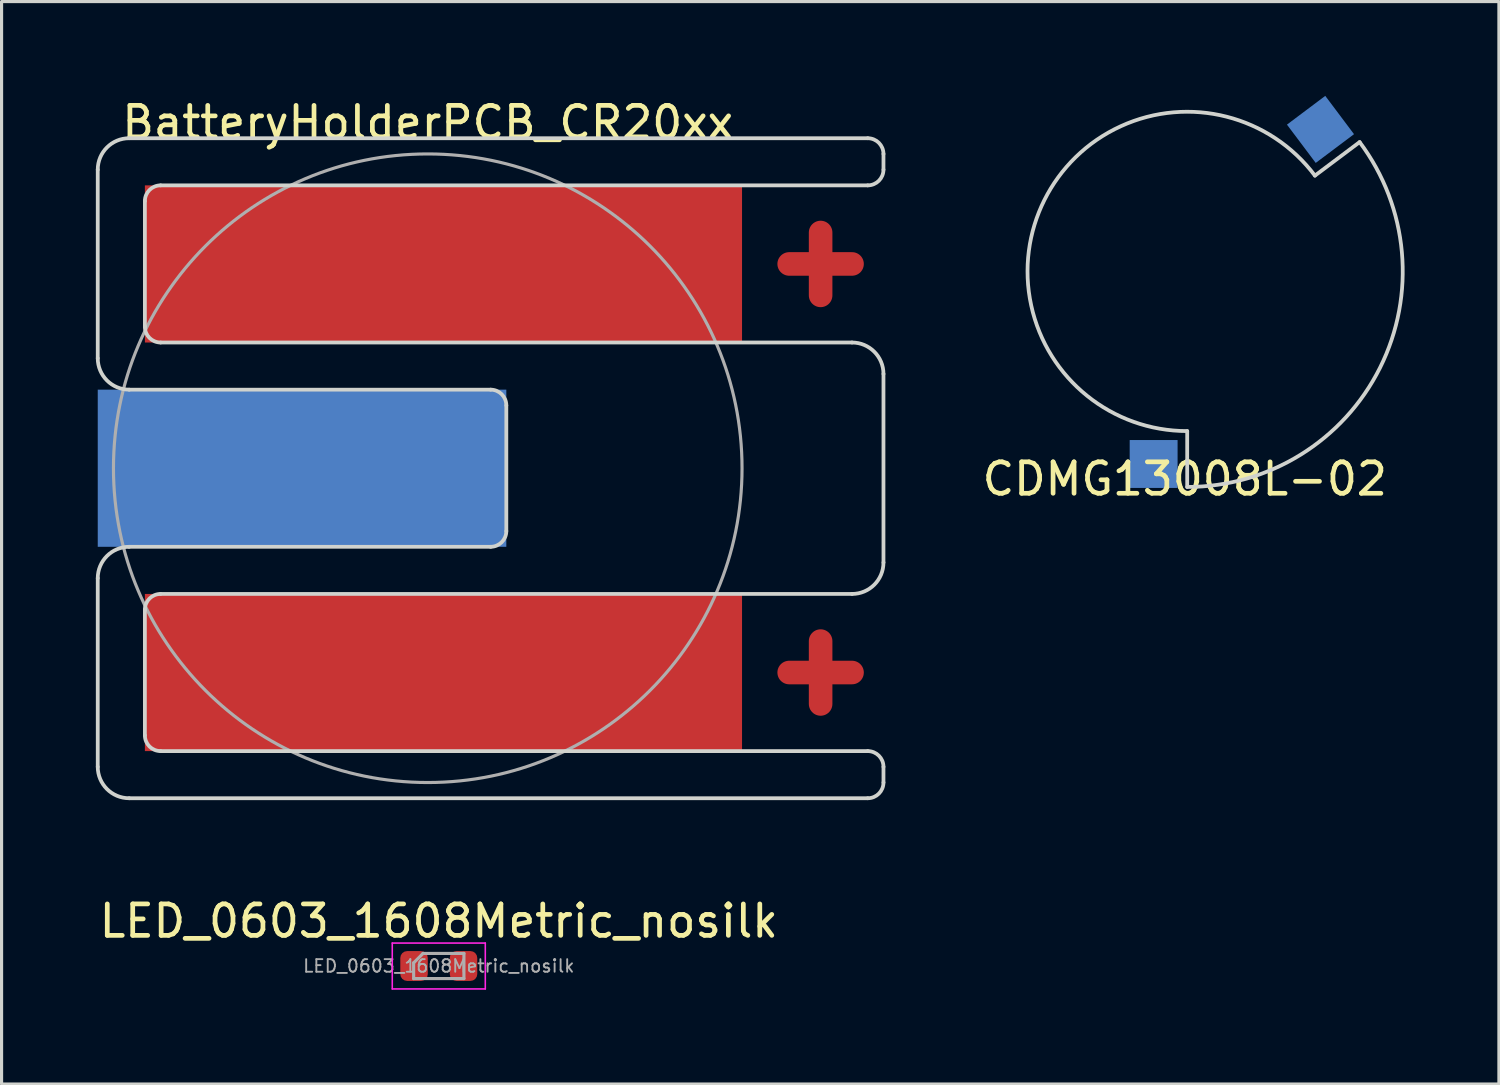
<source format=kicad_pcb>
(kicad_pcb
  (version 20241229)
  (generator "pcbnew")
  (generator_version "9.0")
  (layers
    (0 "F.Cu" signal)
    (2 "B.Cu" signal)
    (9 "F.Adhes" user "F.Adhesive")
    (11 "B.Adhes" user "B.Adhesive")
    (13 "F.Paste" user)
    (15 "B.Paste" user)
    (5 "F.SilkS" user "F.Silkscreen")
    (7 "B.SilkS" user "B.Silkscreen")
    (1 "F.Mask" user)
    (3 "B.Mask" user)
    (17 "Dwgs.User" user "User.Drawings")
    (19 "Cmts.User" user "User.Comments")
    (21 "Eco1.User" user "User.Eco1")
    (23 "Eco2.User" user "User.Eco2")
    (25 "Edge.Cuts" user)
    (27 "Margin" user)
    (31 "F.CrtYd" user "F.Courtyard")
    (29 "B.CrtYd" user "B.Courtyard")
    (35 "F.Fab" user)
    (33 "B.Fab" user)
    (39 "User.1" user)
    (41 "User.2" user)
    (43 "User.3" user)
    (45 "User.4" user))
  (footprint "BatteryHolderPCB_CR20xx"
    (layer "F.Cu")
    (at 10.56 11.848)
    (property "Reference" "BatteryHolderPCB_CR20xx" (at 0 -11 0) (layer "F.SilkS") (effects (font (size 1 1) (thickness 0.15))))
    (attr through_hole)
    (fp_line (start -0.5 -1) (end -0.5 1) (stroke (width 0.75) (type solid)) (layer "F.Cu"))
    (fp_line (start 11.5 -6.5) (end 13.5 -6.5) (stroke (width 0.75) (type solid)) (layer "F.Cu"))
    (fp_line (start 11.5 6.5) (end 13.5 6.5) (stroke (width 0.75) (type solid)) (layer "F.Cu"))
    (fp_line (start 12.5 -7.5) (end 12.5 -5.5) (stroke (width 0.75) (type solid)) (layer "F.Cu"))
    (fp_line (start 12.5 5.5) (end 12.5 7.5) (stroke (width 0.75) (type solid)) (layer "F.Cu"))
    (fp_line (start -10.5 -3.5) (end -10.5 -9.5) (stroke (width 0.12) (type solid)) (layer "Eco1.User"))
    (fp_line (start -10.5 9.5) (end -10.5 3.5) (stroke (width 0.12) (type solid)) (layer "Eco1.User"))
    (fp_line (start -9.5 2.5) (end 2 2.5) (stroke (width 0.12) (type solid)) (layer "Eco1.User"))
    (fp_line (start -9 -8.5) (end -9 -4.5) (stroke (width 0.12) (type solid)) (layer "Eco1.User"))
    (fp_line (start -9 4.5) (end -9 8.5) (stroke (width 0.12) (type solid)) (layer "Eco1.User"))
    (fp_line (start -8.5 -4) (end 13.5 -4) (stroke (width 0.12) (type solid)) (layer "Eco1.User"))
    (fp_line (start 2 -2.5) (end -9.5 -2.5) (stroke (width 0.12) (type solid)) (layer "Eco1.User"))
    (fp_line (start 2.5 2) (end 2.5 -2) (stroke (width 0.12) (type solid)) (layer "Eco1.User"))
    (fp_line (start 13.5 4) (end -8.5 4) (stroke (width 0.12) (type solid)) (layer "Eco1.User"))
    (fp_line (start 14 -10.5) (end -9.5 -10.5) (stroke (width 0.12) (type solid)) (layer "Eco1.User"))
    (fp_line (start 14 -9) (end -8.5 -9) (stroke (width 0.12) (type solid)) (layer "Eco1.User"))
    (fp_line (start 14 9) (end -8.5 9) (stroke (width 0.12) (type solid)) (layer "Eco1.User"))
    (fp_line (start 14 10.5) (end -9.5 10.5) (stroke (width 0.12) (type solid)) (layer "Eco1.User"))
    (fp_line (start 14.5 -10) (end 14.5 -9.5) (stroke (width 0.12) (type solid)) (layer "Eco1.User"))
    (fp_line (start 14.5 -3) (end 14.5 3) (stroke (width 0.12) (type solid)) (layer "Eco1.User"))
    (fp_line (start 14.5 10) (end 14.5 9.5) (stroke (width 0.12) (type solid)) (layer "Eco1.User"))
    (fp_arc (start -10.5 -9.5) (mid -10.207107 -10.207107) (end -9.5 -10.5) (stroke (width 0.12) (type solid)) (layer "Eco1.User"))
    (fp_arc (start -10.5 3.5) (mid -10.207107 2.792893) (end -9.5 2.5) (stroke (width 0.12) (type solid)) (layer "Eco1.User"))
    (fp_arc (start -9.5 -2.5) (mid -10.207107 -2.792893) (end -10.5 -3.5) (stroke (width 0.12) (type solid)) (layer "Eco1.User"))
    (fp_arc (start -9.5 10.5) (mid -10.207107 10.207107) (end -10.5 9.5) (stroke (width 0.12) (type solid)) (layer "Eco1.User"))
    (fp_arc (start -9 -8.5) (mid -8.853553 -8.853553) (end -8.5 -9) (stroke (width 0.12) (type solid)) (layer "Eco1.User"))
    (fp_arc (start -9 4.5) (mid -8.853553 4.146447) (end -8.5 4) (stroke (width 0.12) (type solid)) (layer "Eco1.User"))
    (fp_arc (start -8.5 -4) (mid -8.853553 -4.146447) (end -9 -4.5) (stroke (width 0.12) (type solid)) (layer "Eco1.User"))
    (fp_arc (start -8.5 9) (mid -8.853553 8.853553) (end -9 8.5) (stroke (width 0.12) (type solid)) (layer "Eco1.User"))
    (fp_arc (start 2 -2.5) (mid 2.353553 -2.353553) (end 2.5 -2) (stroke (width 0.12) (type solid)) (layer "Eco1.User"))
    (fp_arc (start 2.5 2) (mid 2.353553 2.353553) (end 2 2.5) (stroke (width 0.12) (type solid)) (layer "Eco1.User"))
    (fp_arc (start 13.5 -4) (mid 14.207107 -3.707107) (end 14.5 -3) (stroke (width 0.12) (type solid)) (layer "Eco1.User"))
    (fp_arc (start 14 -10.5) (mid 14.353553 -10.353553) (end 14.5 -10) (stroke (width 0.12) (type solid)) (layer "Eco1.User"))
    (fp_arc (start 14 9) (mid 14.353553 9.146447) (end 14.5 9.5) (stroke (width 0.12) (type solid)) (layer "Eco1.User"))
    (fp_arc (start 14.5 -9.5) (mid 14.353553 -9.146447) (end 14 -9) (stroke (width 0.12) (type solid)) (layer "Eco1.User"))
    (fp_arc (start 14.5 3) (mid 14.207107 3.707107) (end 13.5 4) (stroke (width 0.12) (type solid)) (layer "Eco1.User"))
    (fp_arc (start 14.5 10) (mid 14.353553 10.353553) (end 14 10.5) (stroke (width 0.12) (type solid)) (layer "Eco1.User"))
    (fp_line (start -10.5 -3.5) (end -10.5 -9.5) (stroke (width 0.12) (type solid)) (layer "Edge.Cuts"))
    (fp_line (start -10.5 9.5) (end -10.5 3.5) (stroke (width 0.12) (type solid)) (layer "Edge.Cuts"))
    (fp_line (start -9.5 2.5) (end 2 2.5) (stroke (width 0.12) (type solid)) (layer "Edge.Cuts"))
    (fp_line (start -9 -8.5) (end -9 -4.5) (stroke (width 0.12) (type solid)) (layer "Edge.Cuts"))
    (fp_line (start -9 4.5) (end -9 8.5) (stroke (width 0.12) (type solid)) (layer "Edge.Cuts"))
    (fp_line (start -8.5 -4) (end 13.5 -4) (stroke (width 0.12) (type solid)) (layer "Edge.Cuts"))
    (fp_line (start 2 -2.5) (end -9.5 -2.5) (stroke (width 0.12) (type solid)) (layer "Edge.Cuts"))
    (fp_line (start 2.5 2) (end 2.5 -2) (stroke (width 0.12) (type solid)) (layer "Edge.Cuts"))
    (fp_line (start 13.5 4) (end -8.5 4) (stroke (width 0.12) (type solid)) (layer "Edge.Cuts"))
    (fp_line (start 14 -10.5) (end -9.5 -10.5) (stroke (width 0.12) (type solid)) (layer "Edge.Cuts"))
    (fp_line (start 14 -9) (end -8.5 -9) (stroke (width 0.12) (type solid)) (layer "Edge.Cuts"))
    (fp_line (start 14 9) (end -8.5 9) (stroke (width 0.12) (type solid)) (layer "Edge.Cuts"))
    (fp_line (start 14 10.5) (end -9.5 10.5) (stroke (width 0.12) (type solid)) (layer "Edge.Cuts"))
    (fp_line (start 14.5 -10) (end 14.5 -9.5) (stroke (width 0.12) (type solid)) (layer "Edge.Cuts"))
    (fp_line (start 14.5 -3) (end 14.5 3) (stroke (width 0.12) (type solid)) (layer "Edge.Cuts"))
    (fp_line (start 14.5 10) (end 14.5 9.5) (stroke (width 0.12) (type solid)) (layer "Edge.Cuts"))
    (fp_arc (start -10.5 -9.5) (mid -10.207107 -10.207107) (end -9.5 -10.5) (stroke (width 0.12) (type solid)) (layer "Edge.Cuts"))
    (fp_arc (start -10.5 3.5) (mid -10.207107 2.792893) (end -9.5 2.5) (stroke (width 0.12) (type solid)) (layer "Edge.Cuts"))
    (fp_arc (start -9.5 -2.5) (mid -10.207107 -2.792893) (end -10.5 -3.5) (stroke (width 0.12) (type solid)) (layer "Edge.Cuts"))
    (fp_arc (start -9.5 10.5) (mid -10.207107 10.207107) (end -10.5 9.5) (stroke (width 0.12) (type solid)) (layer "Edge.Cuts"))
    (fp_arc (start -9 -8.5) (mid -8.853553 -8.853553) (end -8.5 -9) (stroke (width 0.12) (type solid)) (layer "Edge.Cuts"))
    (fp_arc (start -9 4.5) (mid -8.853553 4.146447) (end -8.5 4) (stroke (width 0.12) (type solid)) (layer "Edge.Cuts"))
    (fp_arc (start -8.5 -4) (mid -8.853553 -4.146447) (end -9 -4.5) (stroke (width 0.12) (type solid)) (layer "Edge.Cuts"))
    (fp_arc (start -8.5 9) (mid -8.853553 8.853553) (end -9 8.5) (stroke (width 0.12) (type solid)) (layer "Edge.Cuts"))
    (fp_arc (start 2 -2.5) (mid 2.353553 -2.353553) (end 2.5 -2) (stroke (width 0.12) (type solid)) (layer "Edge.Cuts"))
    (fp_arc (start 2.5 2) (mid 2.353553 2.353553) (end 2 2.5) (stroke (width 0.12) (type solid)) (layer "Edge.Cuts"))
    (fp_arc (start 13.5 -4) (mid 14.207107 -3.707107) (end 14.5 -3) (stroke (width 0.12) (type solid)) (layer "Edge.Cuts"))
    (fp_arc (start 14 -10.5) (mid 14.353553 -10.353553) (end 14.5 -10) (stroke (width 0.12) (type solid)) (layer "Edge.Cuts"))
    (fp_arc (start 14 9) (mid 14.353553 9.146447) (end 14.5 9.5) (stroke (width 0.12) (type solid)) (layer "Edge.Cuts"))
    (fp_arc (start 14.5 -9.5) (mid 14.353553 -9.146447) (end 14 -9) (stroke (width 0.12) (type solid)) (layer "Edge.Cuts"))
    (fp_arc (start 14.5 3) (mid 14.207107 3.707107) (end 13.5 4) (stroke (width 0.12) (type solid)) (layer "Edge.Cuts"))
    (fp_arc (start 14.5 10) (mid 14.353553 10.353553) (end 14 10.5) (stroke (width 0.12) (type solid)) (layer "Edge.Cuts"))
    (fp_circle (center 0 0) (end 10 0) (stroke (width 0.1) (type solid)) (fill no) (layer "F.Fab"))
    (pad "1" smd rect (at 0.5 -6.5) (size 19 5) (layers "F.Cu" "F.Mask" "F.Paste"))
    (pad "1" smd rect (at 0.5 6.5) (size 19 5) (layers "F.Cu" "F.Mask" "F.Paste"))
    (pad "2" smd rect (at -4 0) (size 13 5) (layers "B.Cu" "B.Mask" "B.Paste")))
  (footprint "LED_0603_1608Metric_nosilk"
    (layer "F.Cu")
    (at 10.911 27.686)
    (property "Reference" "LED_0603_1608Metric_nosilk" (at 0 -1.43 0) (layer "F.SilkS") (effects (font (size 1 1) (thickness 0.15))))
    (attr smd)
    (fp_line (start -1.48 -0.73) (end 1.48 -0.73) (stroke (width 0.05) (type solid)) (layer "F.CrtYd"))
    (fp_line (start -1.48 0.73) (end -1.48 -0.73) (stroke (width 0.05) (type solid)) (layer "F.CrtYd"))
    (fp_line (start 1.48 -0.73) (end 1.48 0.73) (stroke (width 0.05) (type solid)) (layer "F.CrtYd"))
    (fp_line (start 1.48 0.73) (end -1.48 0.73) (stroke (width 0.05) (type solid)) (layer "F.CrtYd"))
    (fp_line (start -0.8 -0.1) (end -0.8 0.4) (stroke (width 0.1) (type solid)) (layer "F.Fab"))
    (fp_line (start -0.8 0.4) (end 0.8 0.4) (stroke (width 0.1) (type solid)) (layer "F.Fab"))
    (fp_line (start -0.5 -0.4) (end -0.8 -0.1) (stroke (width 0.1) (type solid)) (layer "F.Fab"))
    (fp_line (start 0.8 -0.4) (end -0.5 -0.4) (stroke (width 0.1) (type solid)) (layer "F.Fab"))
    (fp_line (start 0.8 0.4) (end 0.8 -0.4) (stroke (width 0.1) (type solid)) (layer "F.Fab"))
    (fp_text user "${REFERENCE}" (at 0 0 0) (layer "F.Fab") (effects (font (size 0.4 0.4) (thickness 0.06))))
    (pad "1" smd roundrect (at -0.787 0) (size 0.875 0.95) (layers "F.Cu" "F.Mask" "F.Paste") (roundrect_rratio 0.25))
    (pad "2" smd roundrect (at 0.787 0) (size 0.875 0.95) (layers "F.Cu" "F.Mask" "F.Paste") (roundrect_rratio 0.25)))
  (footprint "CDMG13008L-02"
    (layer "F.Cu")
    (at 34.724 5.586)
    (property "Reference" "CDMG13008L-02" (at -6.604 6.604 0) (layer "F.SilkS") (effects (font (size 1 1) (thickness 0.15)) (justify left)))
    (attr through_hole)
    (fp_line (start 0 5.08) (end 0 6.858) (stroke (width 0.12) (type solid)) (layer "Edge.Cuts"))
    (fp_line (start 4.064 -3.048) (end 5.486 -4.115) (stroke (width 0.12) (type solid)) (layer "Edge.Cuts"))
    (fp_arc (start 0 5.08) (mid -4.54369 -2.271845) (end 4.064 -3.048) (stroke (width 0.12) (type solid)) (layer "Edge.Cuts"))
    (fp_arc (start 5.4864 -4.1148) (mid 6.133982 3.066991) (end 0 6.858) (stroke (width 0.12) (type solid)) (layer "Edge.Cuts"))
    (pad "1" smd rect (at 4.241 -4.519 36.9) (size 1.524 1.524) (layers "B.Cu" "B.Mask" "B.Paste"))
    (pad "2" smd rect (at -1.068 6.127) (size 1.524 1.524) (layers "B.Cu" "B.Mask" "B.Paste")))
  (gr_rect
    (start -3 -3)
    (end 44.642 31.442)
    (stroke (width 0.1) (type default))
    (fill no)
    (layer "Edge.Cuts")))
</source>
